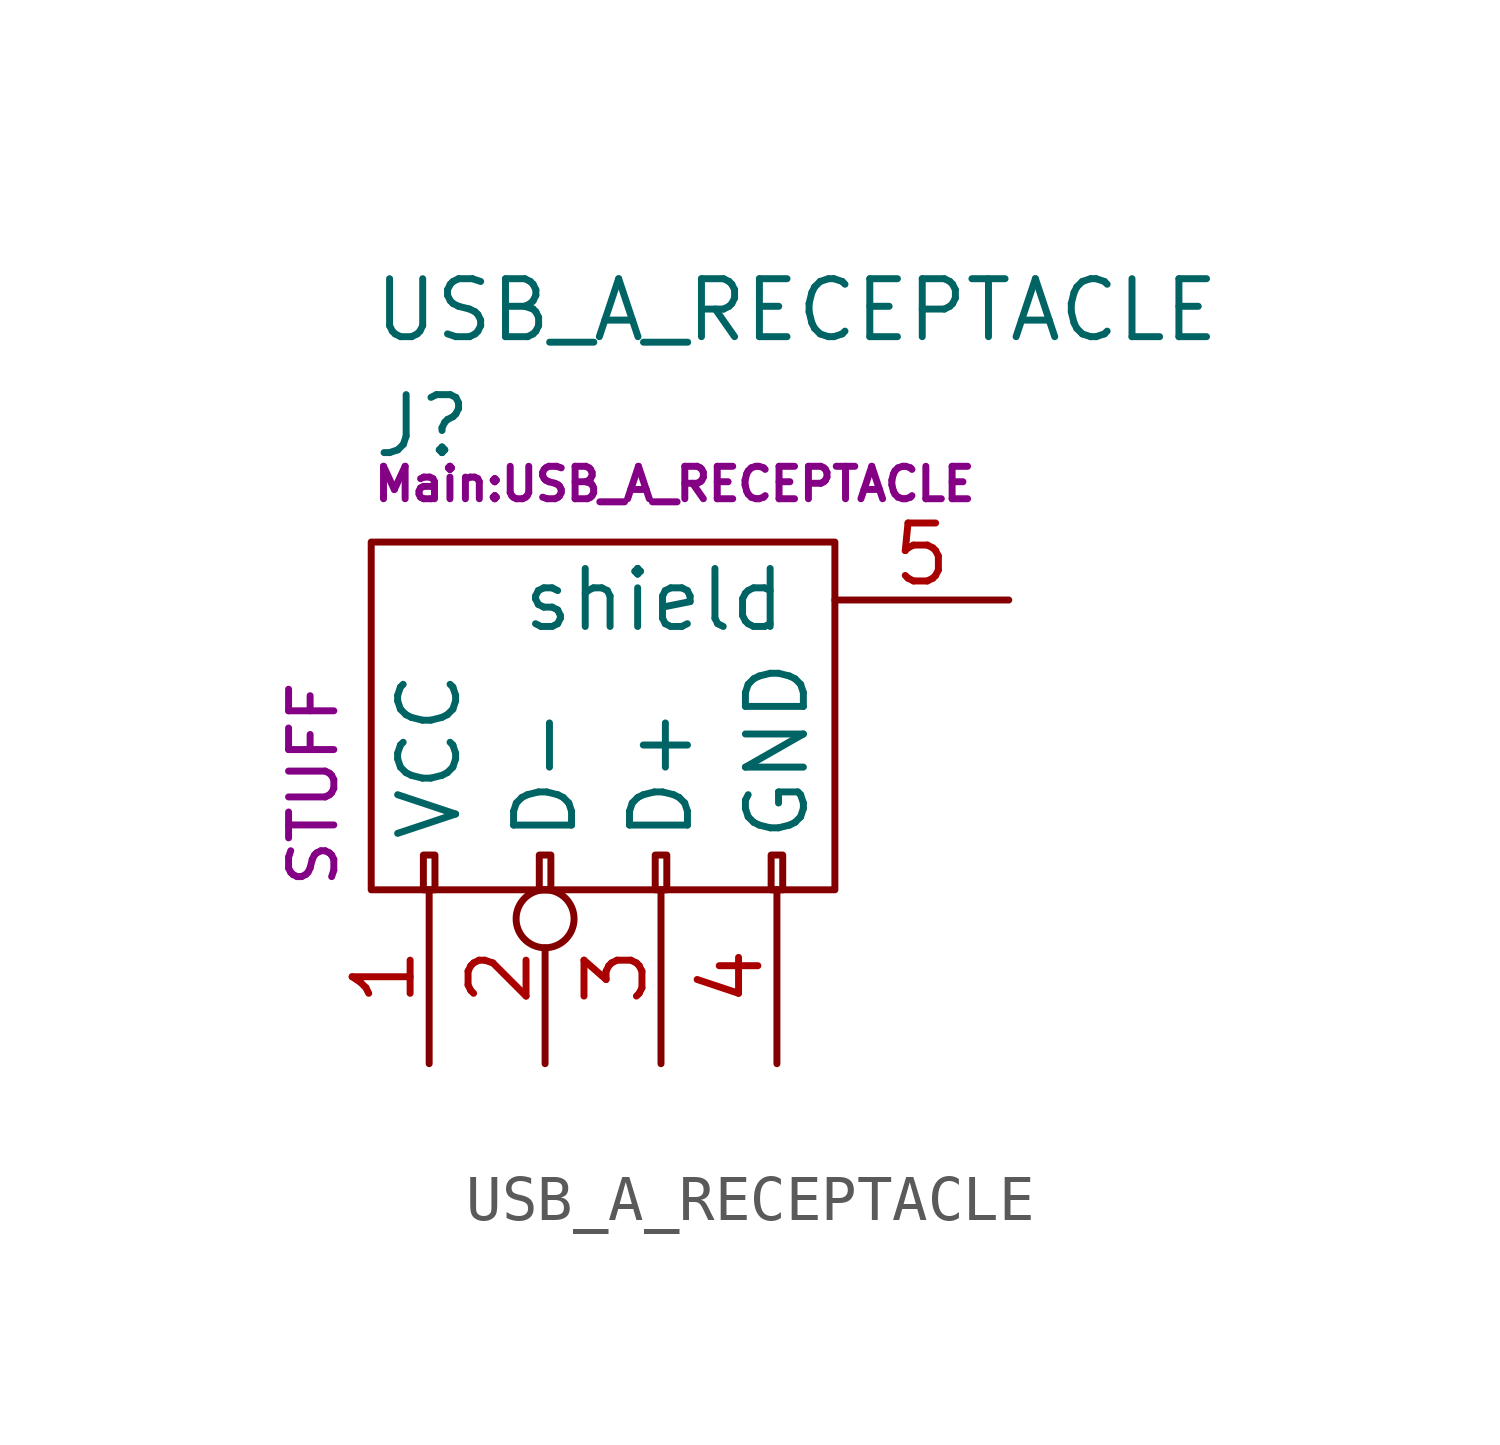
<source format=kicad_sym>
(kicad_symbol_lib
  (version 20211014)
  (generator kicad_symbol_editor)
  (symbol "USB_A_RECEPTACLE"
    (pin_names
      (offset 1.016))
    (property "Reference" "J"
      (at -6.35 6.35 0)
      (effects (font (size 1.27 1.27)) (justify left)))
    (property "Value" "USB_A_RECEPTACLE"
      (at -6.35 8.89 0)
      (effects (font (size 1.27 1.27)) (justify left)))
    (property "Footprint" "Main:USB_A_RECEPTACLE"
      (at -6.35 5.08 0)
      (effects (font (size 0.711 0.711)) (justify left)))
    (property "Datasheet" ""
      (at -1.27 -2.54 90)
      (effects (font (size 1.27 1.27))))
    (property "SKU" "STUFF"
      (at -7.62 -3.81 90)
      (effects (font (size 0.991 0.991)) (justify left)))
    (symbol "USB_A_RECEPTACLE_0_1"
      (rectangle (start -6.35 -3.81) (end 3.81 3.81) (stroke (width 0) (type default) (color 0 0 0 0)) (fill (type none)))
      (rectangle (start -5.207 -3.81) (end -4.953 -3.048) (stroke (width 0) (type default) (color 0 0 0 0)) (fill (type none)))
      (rectangle (start -2.667 -3.81) (end -2.413 -3.048) (stroke (width 0) (type default) (color 0 0 0 0)) (fill (type none)))
      (rectangle (start -0.127 -3.81) (end 0.127 -3.048) (stroke (width 0) (type default) (color 0 0 0 0)) (fill (type none)))
      (rectangle (start 2.413 -3.81) (end 2.667 -3.048) (stroke (width 0) (type default) (color 0 0 0 0)) (fill (type none))))
    (symbol "USB_A_RECEPTACLE_1_1"
      (pin power_out line (at -5.08 -7.62 90) (length 3.81) (name "VCC" (effects (font (size 1.27 1.27)))) (number "1" (effects (font (size 1.27 1.27)))))
      (pin passive inverted (at -2.54 -7.62 90) (length 3.81) (name "D-" (effects (font (size 1.27 1.27)))) (number "2" (effects (font (size 1.27 1.27)))))
      (pin passive line (at 0 -7.62 90) (length 3.81) (name "D+" (effects (font (size 1.27 1.27)))) (number "3" (effects (font (size 1.27 1.27)))))
      (pin power_in line (at 2.54 -7.62 90) (length 3.81) (name "GND" (effects (font (size 1.27 1.27)))) (number "4" (effects (font (size 1.27 1.27)))))
      (pin passive line (at 7.62 2.54 180) (length 3.81) (name "shield" (effects (font (size 1.27 1.27)))) (number "5" (effects (font (size 1.27 1.27))))))))
</source>
